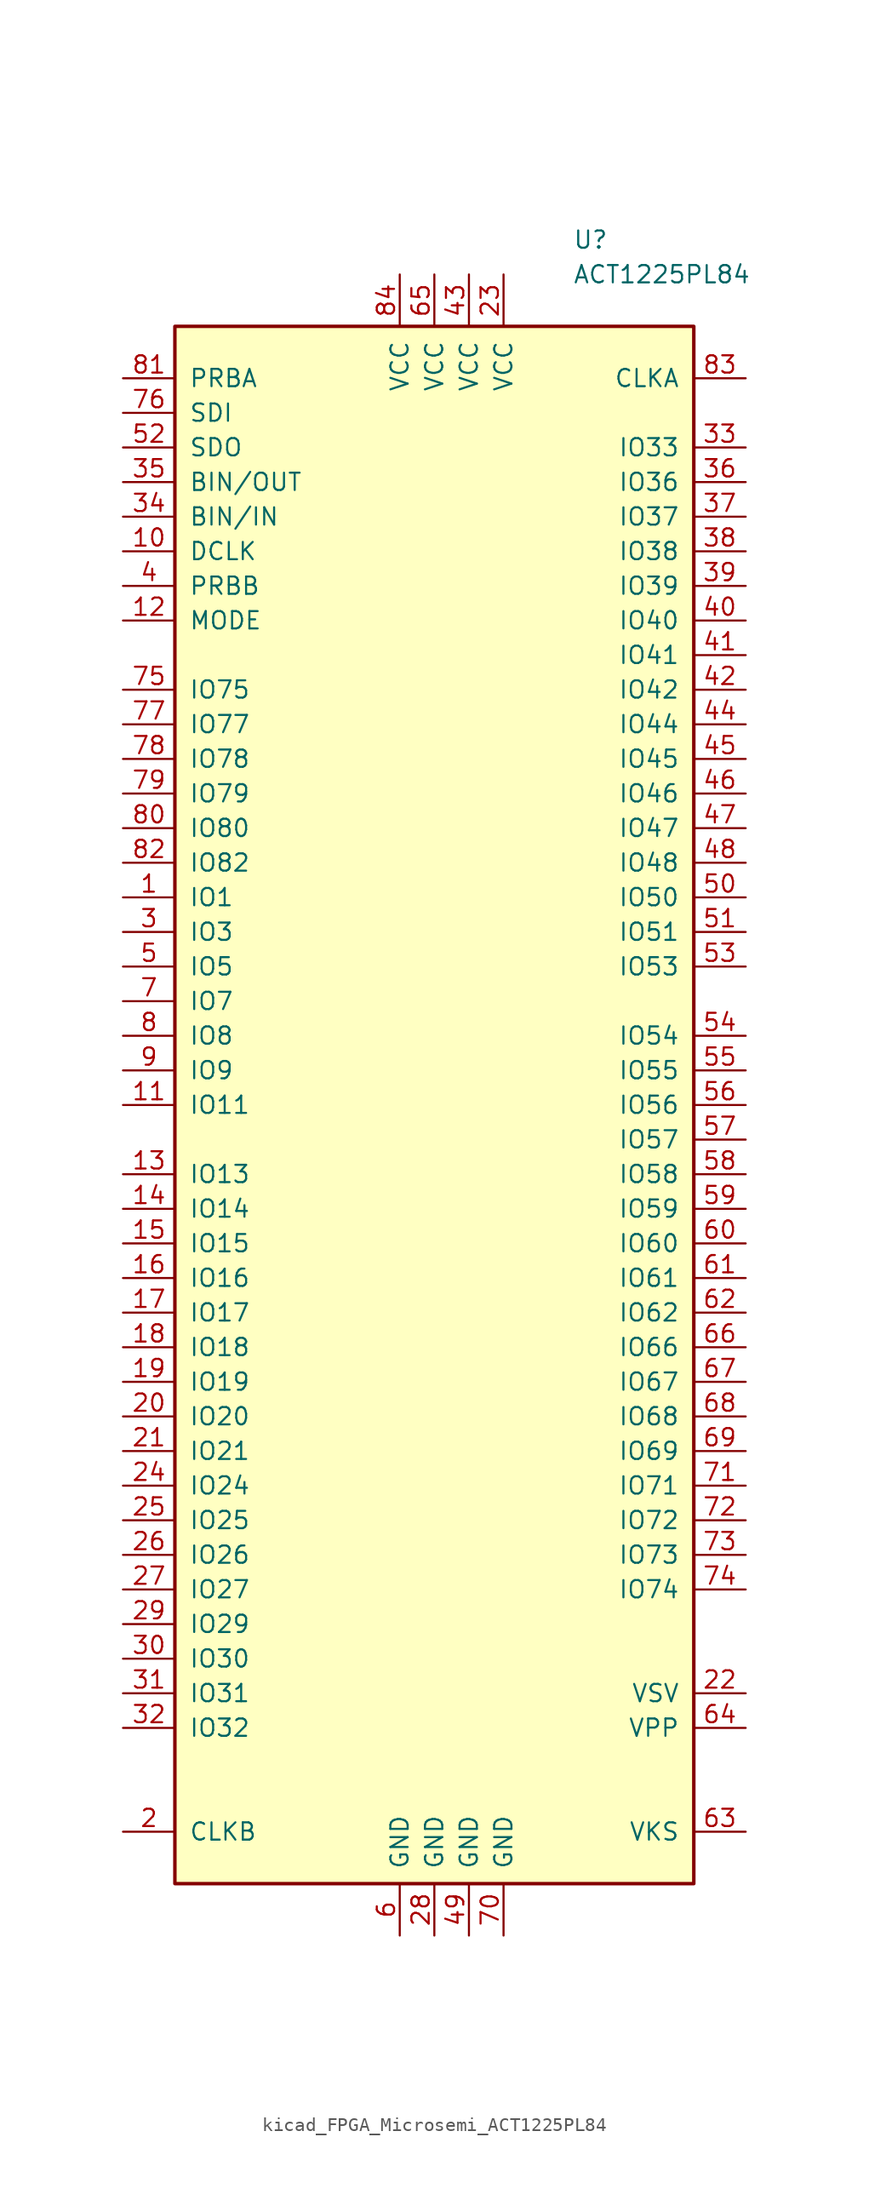
<source format=kicad_sym>
(kicad_symbol_lib
  (version 20220914)
  (generator kicad_symbol_editor)
  (symbol "kicad_FPGA_Microsemi_ACT1225PL84"
    (pin_names
      (offset 1.016))
    (property "Reference" "U"
      (at 10.16 63.5 0)
      (effects (font (size 1.27 1.27)) (justify left)))
    (property "Value" "ACT1225PL84"
      (at 10.16 60.96 0)
      (effects (font (size 1.27 1.27)) (justify left)))
    (symbol "kicad_FPGA_Microsemi_ACT1225PL84_0_1"
      (rectangle (start -19.05 -57.15) (end 19.05 57.15) (stroke (width 0.254) (type default)) (fill (type background))))
    (symbol "kicad_FPGA_Microsemi_ACT1225PL84_1_1"
      (pin input line (at -22.86 15.24 0) (length 3.81) (name "IO1" (effects (font (size 1.27 1.27)))) (number "1" (effects (font (size 1.27 1.27)))))
      (pin input line (at -22.86 40.64 0) (length 3.81) (name "DCLK" (effects (font (size 1.27 1.27)))) (number "10" (effects (font (size 1.27 1.27)))))
      (pin input line (at -22.86 0 0) (length 3.81) (name "IO11" (effects (font (size 1.27 1.27)))) (number "11" (effects (font (size 1.27 1.27)))))
      (pin input line (at -22.86 35.56 0) (length 3.81) (name "MODE" (effects (font (size 1.27 1.27)))) (number "12" (effects (font (size 1.27 1.27)))))
      (pin input line (at -22.86 -5.08 0) (length 3.81) (name "IO13" (effects (font (size 1.27 1.27)))) (number "13" (effects (font (size 1.27 1.27)))))
      (pin input line (at -22.86 -7.62 0) (length 3.81) (name "IO14" (effects (font (size 1.27 1.27)))) (number "14" (effects (font (size 1.27 1.27)))))
      (pin input line (at -22.86 -10.16 0) (length 3.81) (name "IO15" (effects (font (size 1.27 1.27)))) (number "15" (effects (font (size 1.27 1.27)))))
      (pin input line (at -22.86 -12.7 0) (length 3.81) (name "IO16" (effects (font (size 1.27 1.27)))) (number "16" (effects (font (size 1.27 1.27)))))
      (pin input line (at -22.86 -15.24 0) (length 3.81) (name "IO17" (effects (font (size 1.27 1.27)))) (number "17" (effects (font (size 1.27 1.27)))))
      (pin input line (at -22.86 -17.78 0) (length 3.81) (name "IO18" (effects (font (size 1.27 1.27)))) (number "18" (effects (font (size 1.27 1.27)))))
      (pin input line (at -22.86 -20.32 0) (length 3.81) (name "IO19" (effects (font (size 1.27 1.27)))) (number "19" (effects (font (size 1.27 1.27)))))
      (pin input line (at -22.86 -53.34 0) (length 3.81) (name "CLKB" (effects (font (size 1.27 1.27)))) (number "2" (effects (font (size 1.27 1.27)))))
      (pin input line (at -22.86 -22.86 0) (length 3.81) (name "IO20" (effects (font (size 1.27 1.27)))) (number "20" (effects (font (size 1.27 1.27)))))
      (pin input line (at -22.86 -25.4 0) (length 3.81) (name "IO21" (effects (font (size 1.27 1.27)))) (number "21" (effects (font (size 1.27 1.27)))))
      (pin passive line (at 22.86 -43.18 180) (length 3.81) (name "VSV" (effects (font (size 1.27 1.27)))) (number "22" (effects (font (size 1.27 1.27)))))
      (pin power_in line (at 5.08 60.96 270) (length 3.81) (name "VCC" (effects (font (size 1.27 1.27)))) (number "23" (effects (font (size 1.27 1.27)))))
      (pin input line (at -22.86 -27.94 0) (length 3.81) (name "IO24" (effects (font (size 1.27 1.27)))) (number "24" (effects (font (size 1.27 1.27)))))
      (pin input line (at -22.86 -30.48 0) (length 3.81) (name "IO25" (effects (font (size 1.27 1.27)))) (number "25" (effects (font (size 1.27 1.27)))))
      (pin input line (at -22.86 -33.02 0) (length 3.81) (name "IO26" (effects (font (size 1.27 1.27)))) (number "26" (effects (font (size 1.27 1.27)))))
      (pin input line (at -22.86 -35.56 0) (length 3.81) (name "IO27" (effects (font (size 1.27 1.27)))) (number "27" (effects (font (size 1.27 1.27)))))
      (pin power_in line (at 0 -60.96 90) (length 3.81) (name "GND" (effects (font (size 1.27 1.27)))) (number "28" (effects (font (size 1.27 1.27)))))
      (pin input line (at -22.86 -38.1 0) (length 3.81) (name "IO29" (effects (font (size 1.27 1.27)))) (number "29" (effects (font (size 1.27 1.27)))))
      (pin input line (at -22.86 12.7 0) (length 3.81) (name "IO3" (effects (font (size 1.27 1.27)))) (number "3" (effects (font (size 1.27 1.27)))))
      (pin input line (at -22.86 -40.64 0) (length 3.81) (name "IO30" (effects (font (size 1.27 1.27)))) (number "30" (effects (font (size 1.27 1.27)))))
      (pin input line (at -22.86 -43.18 0) (length 3.81) (name "IO31" (effects (font (size 1.27 1.27)))) (number "31" (effects (font (size 1.27 1.27)))))
      (pin input line (at -22.86 -45.72 0) (length 3.81) (name "IO32" (effects (font (size 1.27 1.27)))) (number "32" (effects (font (size 1.27 1.27)))))
      (pin input line (at 22.86 48.26 180) (length 3.81) (name "IO33" (effects (font (size 1.27 1.27)))) (number "33" (effects (font (size 1.27 1.27)))))
      (pin input line (at -22.86 43.18 0) (length 3.81) (name "BIN/IN" (effects (font (size 1.27 1.27)))) (number "34" (effects (font (size 1.27 1.27)))))
      (pin input line (at -22.86 45.72 0) (length 3.81) (name "BIN/OUT" (effects (font (size 1.27 1.27)))) (number "35" (effects (font (size 1.27 1.27)))))
      (pin input line (at 22.86 45.72 180) (length 3.81) (name "IO36" (effects (font (size 1.27 1.27)))) (number "36" (effects (font (size 1.27 1.27)))))
      (pin input line (at 22.86 43.18 180) (length 3.81) (name "IO37" (effects (font (size 1.27 1.27)))) (number "37" (effects (font (size 1.27 1.27)))))
      (pin input line (at 22.86 40.64 180) (length 3.81) (name "IO38" (effects (font (size 1.27 1.27)))) (number "38" (effects (font (size 1.27 1.27)))))
      (pin input line (at 22.86 38.1 180) (length 3.81) (name "IO39" (effects (font (size 1.27 1.27)))) (number "39" (effects (font (size 1.27 1.27)))))
      (pin input line (at -22.86 38.1 0) (length 3.81) (name "PRBB" (effects (font (size 1.27 1.27)))) (number "4" (effects (font (size 1.27 1.27)))))
      (pin input line (at 22.86 35.56 180) (length 3.81) (name "IO40" (effects (font (size 1.27 1.27)))) (number "40" (effects (font (size 1.27 1.27)))))
      (pin input line (at 22.86 33.02 180) (length 3.81) (name "IO41" (effects (font (size 1.27 1.27)))) (number "41" (effects (font (size 1.27 1.27)))))
      (pin input line (at 22.86 30.48 180) (length 3.81) (name "IO42" (effects (font (size 1.27 1.27)))) (number "42" (effects (font (size 1.27 1.27)))))
      (pin power_in line (at 2.54 60.96 270) (length 3.81) (name "VCC" (effects (font (size 1.27 1.27)))) (number "43" (effects (font (size 1.27 1.27)))))
      (pin input line (at 22.86 27.94 180) (length 3.81) (name "IO44" (effects (font (size 1.27 1.27)))) (number "44" (effects (font (size 1.27 1.27)))))
      (pin input line (at 22.86 25.4 180) (length 3.81) (name "IO45" (effects (font (size 1.27 1.27)))) (number "45" (effects (font (size 1.27 1.27)))))
      (pin input line (at 22.86 22.86 180) (length 3.81) (name "IO46" (effects (font (size 1.27 1.27)))) (number "46" (effects (font (size 1.27 1.27)))))
      (pin input line (at 22.86 20.32 180) (length 3.81) (name "IO47" (effects (font (size 1.27 1.27)))) (number "47" (effects (font (size 1.27 1.27)))))
      (pin input line (at 22.86 17.78 180) (length 3.81) (name "IO48" (effects (font (size 1.27 1.27)))) (number "48" (effects (font (size 1.27 1.27)))))
      (pin power_in line (at 2.54 -60.96 90) (length 3.81) (name "GND" (effects (font (size 1.27 1.27)))) (number "49" (effects (font (size 1.27 1.27)))))
      (pin input line (at -22.86 10.16 0) (length 3.81) (name "IO5" (effects (font (size 1.27 1.27)))) (number "5" (effects (font (size 1.27 1.27)))))
      (pin input line (at 22.86 15.24 180) (length 3.81) (name "IO50" (effects (font (size 1.27 1.27)))) (number "50" (effects (font (size 1.27 1.27)))))
      (pin input line (at 22.86 12.7 180) (length 3.81) (name "IO51" (effects (font (size 1.27 1.27)))) (number "51" (effects (font (size 1.27 1.27)))))
      (pin input line (at -22.86 48.26 0) (length 3.81) (name "SDO" (effects (font (size 1.27 1.27)))) (number "52" (effects (font (size 1.27 1.27)))))
      (pin input line (at 22.86 10.16 180) (length 3.81) (name "IO53" (effects (font (size 1.27 1.27)))) (number "53" (effects (font (size 1.27 1.27)))))
      (pin input line (at 22.86 5.08 180) (length 3.81) (name "IO54" (effects (font (size 1.27 1.27)))) (number "54" (effects (font (size 1.27 1.27)))))
      (pin input line (at 22.86 2.54 180) (length 3.81) (name "IO55" (effects (font (size 1.27 1.27)))) (number "55" (effects (font (size 1.27 1.27)))))
      (pin input line (at 22.86 0 180) (length 3.81) (name "IO56" (effects (font (size 1.27 1.27)))) (number "56" (effects (font (size 1.27 1.27)))))
      (pin input line (at 22.86 -2.54 180) (length 3.81) (name "IO57" (effects (font (size 1.27 1.27)))) (number "57" (effects (font (size 1.27 1.27)))))
      (pin input line (at 22.86 -5.08 180) (length 3.81) (name "IO58" (effects (font (size 1.27 1.27)))) (number "58" (effects (font (size 1.27 1.27)))))
      (pin input line (at 22.86 -7.62 180) (length 3.81) (name "IO59" (effects (font (size 1.27 1.27)))) (number "59" (effects (font (size 1.27 1.27)))))
      (pin power_in line (at -2.54 -60.96 90) (length 3.81) (name "GND" (effects (font (size 1.27 1.27)))) (number "6" (effects (font (size 1.27 1.27)))))
      (pin input line (at 22.86 -10.16 180) (length 3.81) (name "IO60" (effects (font (size 1.27 1.27)))) (number "60" (effects (font (size 1.27 1.27)))))
      (pin input line (at 22.86 -12.7 180) (length 3.81) (name "IO61" (effects (font (size 1.27 1.27)))) (number "61" (effects (font (size 1.27 1.27)))))
      (pin input line (at 22.86 -15.24 180) (length 3.81) (name "IO62" (effects (font (size 1.27 1.27)))) (number "62" (effects (font (size 1.27 1.27)))))
      (pin passive line (at 22.86 -53.34 180) (length 3.81) (name "VKS" (effects (font (size 1.27 1.27)))) (number "63" (effects (font (size 1.27 1.27)))))
      (pin passive line (at 22.86 -45.72 180) (length 3.81) (name "VPP" (effects (font (size 1.27 1.27)))) (number "64" (effects (font (size 1.27 1.27)))))
      (pin power_in line (at 0 60.96 270) (length 3.81) (name "VCC" (effects (font (size 1.27 1.27)))) (number "65" (effects (font (size 1.27 1.27)))))
      (pin input line (at 22.86 -17.78 180) (length 3.81) (name "IO66" (effects (font (size 1.27 1.27)))) (number "66" (effects (font (size 1.27 1.27)))))
      (pin input line (at 22.86 -20.32 180) (length 3.81) (name "IO67" (effects (font (size 1.27 1.27)))) (number "67" (effects (font (size 1.27 1.27)))))
      (pin input line (at 22.86 -22.86 180) (length 3.81) (name "IO68" (effects (font (size 1.27 1.27)))) (number "68" (effects (font (size 1.27 1.27)))))
      (pin input line (at 22.86 -25.4 180) (length 3.81) (name "IO69" (effects (font (size 1.27 1.27)))) (number "69" (effects (font (size 1.27 1.27)))))
      (pin input line (at -22.86 7.62 0) (length 3.81) (name "IO7" (effects (font (size 1.27 1.27)))) (number "7" (effects (font (size 1.27 1.27)))))
      (pin power_in line (at 5.08 -60.96 90) (length 3.81) (name "GND" (effects (font (size 1.27 1.27)))) (number "70" (effects (font (size 1.27 1.27)))))
      (pin input line (at 22.86 -27.94 180) (length 3.81) (name "IO71" (effects (font (size 1.27 1.27)))) (number "71" (effects (font (size 1.27 1.27)))))
      (pin input line (at 22.86 -30.48 180) (length 3.81) (name "IO72" (effects (font (size 1.27 1.27)))) (number "72" (effects (font (size 1.27 1.27)))))
      (pin input line (at 22.86 -33.02 180) (length 3.81) (name "IO73" (effects (font (size 1.27 1.27)))) (number "73" (effects (font (size 1.27 1.27)))))
      (pin input line (at 22.86 -35.56 180) (length 3.81) (name "IO74" (effects (font (size 1.27 1.27)))) (number "74" (effects (font (size 1.27 1.27)))))
      (pin input line (at -22.86 30.48 0) (length 3.81) (name "IO75" (effects (font (size 1.27 1.27)))) (number "75" (effects (font (size 1.27 1.27)))))
      (pin input line (at -22.86 50.8 0) (length 3.81) (name "SDI" (effects (font (size 1.27 1.27)))) (number "76" (effects (font (size 1.27 1.27)))))
      (pin input line (at -22.86 27.94 0) (length 3.81) (name "IO77" (effects (font (size 1.27 1.27)))) (number "77" (effects (font (size 1.27 1.27)))))
      (pin input line (at -22.86 25.4 0) (length 3.81) (name "IO78" (effects (font (size 1.27 1.27)))) (number "78" (effects (font (size 1.27 1.27)))))
      (pin input line (at -22.86 22.86 0) (length 3.81) (name "IO79" (effects (font (size 1.27 1.27)))) (number "79" (effects (font (size 1.27 1.27)))))
      (pin input line (at -22.86 5.08 0) (length 3.81) (name "IO8" (effects (font (size 1.27 1.27)))) (number "8" (effects (font (size 1.27 1.27)))))
      (pin input line (at -22.86 20.32 0) (length 3.81) (name "IO80" (effects (font (size 1.27 1.27)))) (number "80" (effects (font (size 1.27 1.27)))))
      (pin input line (at -22.86 53.34 0) (length 3.81) (name "PRBA" (effects (font (size 1.27 1.27)))) (number "81" (effects (font (size 1.27 1.27)))))
      (pin input line (at -22.86 17.78 0) (length 3.81) (name "IO82" (effects (font (size 1.27 1.27)))) (number "82" (effects (font (size 1.27 1.27)))))
      (pin input line (at 22.86 53.34 180) (length 3.81) (name "CLKA" (effects (font (size 1.27 1.27)))) (number "83" (effects (font (size 1.27 1.27)))))
      (pin power_in line (at -2.54 60.96 270) (length 3.81) (name "VCC" (effects (font (size 1.27 1.27)))) (number "84" (effects (font (size 1.27 1.27)))))
      (pin input line (at -22.86 2.54 0) (length 3.81) (name "IO9" (effects (font (size 1.27 1.27)))) (number "9" (effects (font (size 1.27 1.27))))))))
</source>
